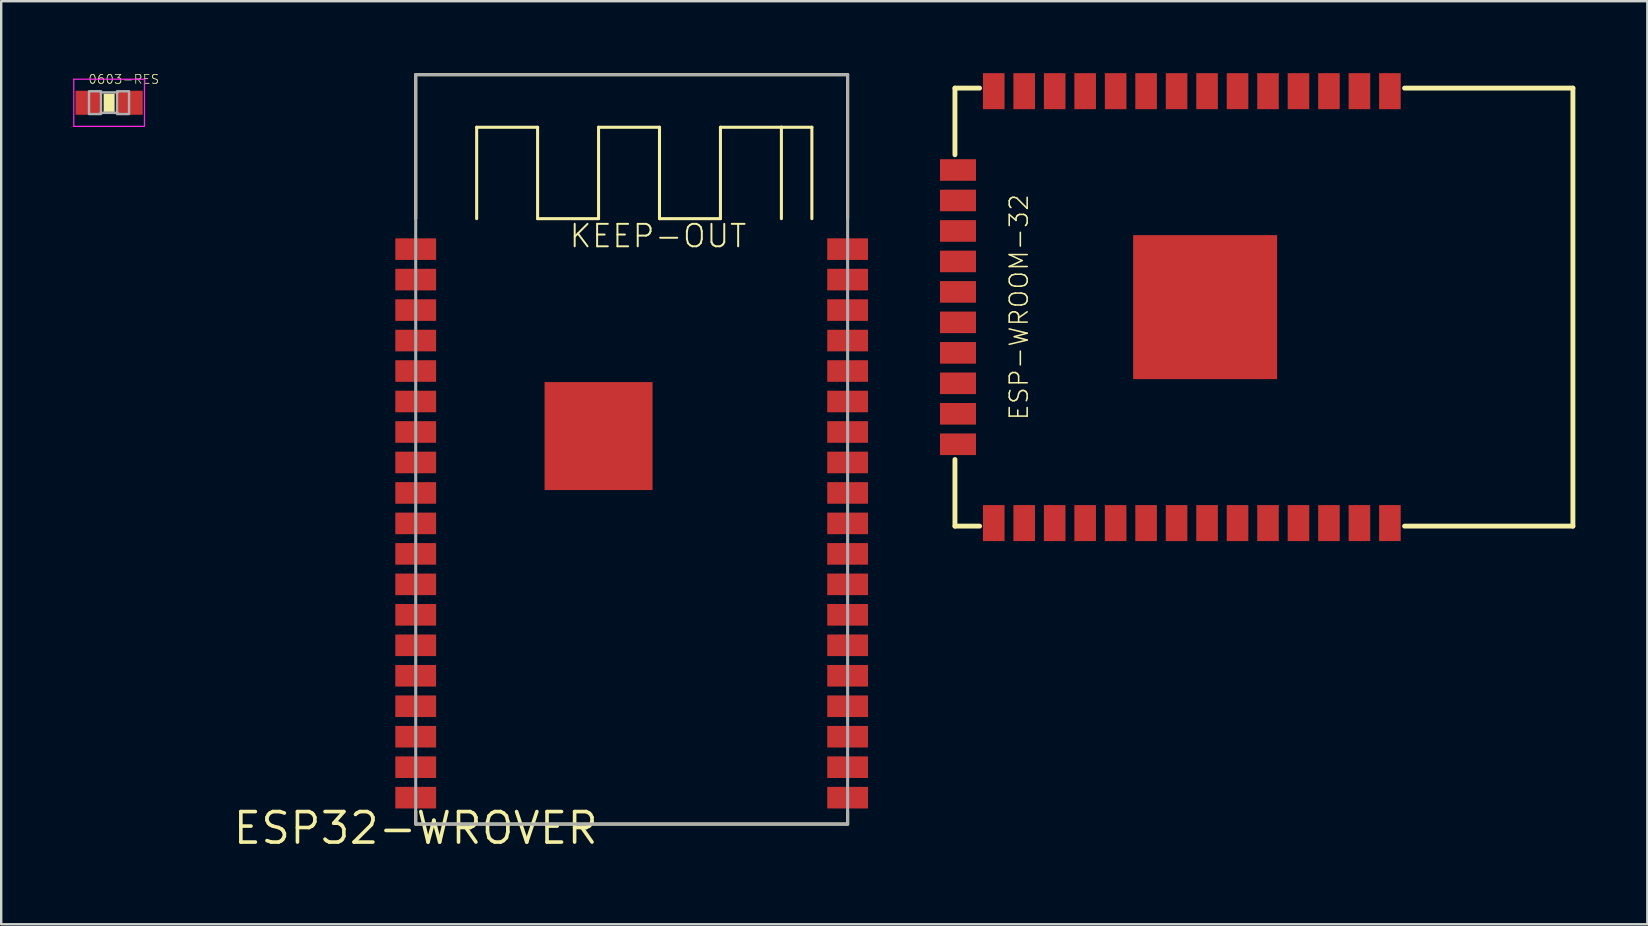
<source format=kicad_pcb>
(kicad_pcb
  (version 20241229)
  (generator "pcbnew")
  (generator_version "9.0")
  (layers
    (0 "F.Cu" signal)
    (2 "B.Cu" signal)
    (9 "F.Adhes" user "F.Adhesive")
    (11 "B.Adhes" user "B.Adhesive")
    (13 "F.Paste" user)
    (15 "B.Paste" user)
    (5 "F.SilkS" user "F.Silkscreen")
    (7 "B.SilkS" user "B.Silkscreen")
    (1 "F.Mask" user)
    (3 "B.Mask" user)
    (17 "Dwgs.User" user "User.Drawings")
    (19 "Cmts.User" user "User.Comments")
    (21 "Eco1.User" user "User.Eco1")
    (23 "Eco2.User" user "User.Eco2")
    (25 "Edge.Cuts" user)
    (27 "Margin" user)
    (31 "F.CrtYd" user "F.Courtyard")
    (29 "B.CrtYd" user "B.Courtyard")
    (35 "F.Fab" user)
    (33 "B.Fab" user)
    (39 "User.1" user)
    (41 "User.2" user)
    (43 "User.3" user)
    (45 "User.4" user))
  (footprint "ESP-WROOM-32"
    (layer "F.Cu")
    (at 47.175 9.75)
    (property "Reference" "ESP-WROOM-32" (at -7.76 0 90) (layer "F.SilkS") (effects (font (size 0.748 0.748) (thickness 0.065))))
    (fp_line (start -10.427 -9.127) (end -9.4 -9.127) (stroke (width 0.203) (type solid)) (layer "F.SilkS"))
    (fp_line (start -10.427 -6.35) (end -10.427 -9.127) (stroke (width 0.203) (type solid)) (layer "F.SilkS"))
    (fp_line (start -10.427 6.35) (end -10.427 9.127) (stroke (width 0.203) (type solid)) (layer "F.SilkS"))
    (fp_line (start -10.427 9.127) (end -9.4 9.127) (stroke (width 0.203) (type solid)) (layer "F.SilkS"))
    (fp_line (start 8.311 -9.127) (end 15.327 -9.127) (stroke (width 0.203) (type solid)) (layer "F.SilkS"))
    (fp_line (start 8.311 9.127) (end 15.327 9.127) (stroke (width 0.203) (type solid)) (layer "F.SilkS"))
    (fp_line (start 15.327 -9.127) (end 15.327 9.127) (stroke (width 0.203) (type solid)) (layer "F.SilkS"))
    (pad "1" smd rect (at 7.7 -9) (size 0.9 1.5) (layers "F.Cu" "F.Mask" "F.Paste"))
    (pad "2" smd rect (at 6.43 -9) (size 0.9 1.5) (layers "F.Cu" "F.Mask" "F.Paste"))
    (pad "3" smd rect (at 5.16 -9) (size 0.9 1.5) (layers "F.Cu" "F.Mask" "F.Paste"))
    (pad "4" smd rect (at 3.89 -9) (size 0.9 1.5) (layers "F.Cu" "F.Mask" "F.Paste"))
    (pad "5" smd rect (at 2.62 -9) (size 0.9 1.5) (layers "F.Cu" "F.Mask" "F.Paste"))
    (pad "6" smd rect (at 1.35 -9) (size 0.9 1.5) (layers "F.Cu" "F.Mask" "F.Paste"))
    (pad "7" smd rect (at 0.08 -9) (size 0.9 1.5) (layers "F.Cu" "F.Mask" "F.Paste"))
    (pad "8" smd rect (at -1.19 -9) (size 0.9 1.5) (layers "F.Cu" "F.Mask" "F.Paste"))
    (pad "9" smd rect (at -2.46 -9) (size 0.9 1.5) (layers "F.Cu" "F.Mask" "F.Paste"))
    (pad "10" smd rect (at -3.73 -9) (size 0.9 1.5) (layers "F.Cu" "F.Mask" "F.Paste"))
    (pad "11" smd rect (at -5 -9) (size 0.9 1.5) (layers "F.Cu" "F.Mask" "F.Paste"))
    (pad "12" smd rect (at -6.27 -9) (size 0.9 1.5) (layers "F.Cu" "F.Mask" "F.Paste"))
    (pad "13" smd rect (at -7.54 -9) (size 0.9 1.5) (layers "F.Cu" "F.Mask" "F.Paste"))
    (pad "14" smd rect (at -8.81 -9) (size 0.9 1.5) (layers "F.Cu" "F.Mask" "F.Paste"))
    (pad "15" smd rect (at -10.3 -5.715 90) (size 0.9 1.5) (layers "F.Cu" "F.Mask" "F.Paste"))
    (pad "16" smd rect (at -10.3 -4.445 90) (size 0.9 1.5) (layers "F.Cu" "F.Mask" "F.Paste"))
    (pad "17" smd rect (at -10.3 -3.175 90) (size 0.9 1.5) (layers "F.Cu" "F.Mask" "F.Paste"))
    (pad "18" smd rect (at -10.3 -1.905 90) (size 0.9 1.5) (layers "F.Cu" "F.Mask" "F.Paste"))
    (pad "19" smd rect (at -10.3 -0.635 90) (size 0.9 1.5) (layers "F.Cu" "F.Mask" "F.Paste"))
    (pad "20" smd rect (at -10.3 0.635 90) (size 0.9 1.5) (layers "F.Cu" "F.Mask" "F.Paste"))
    (pad "21" smd rect (at -10.3 1.905 90) (size 0.9 1.5) (layers "F.Cu" "F.Mask" "F.Paste"))
    (pad "22" smd rect (at -10.3 3.175 90) (size 0.9 1.5) (layers "F.Cu" "F.Mask" "F.Paste"))
    (pad "23" smd rect (at -10.3 4.445 90) (size 0.9 1.5) (layers "F.Cu" "F.Mask" "F.Paste"))
    (pad "24" smd rect (at -10.3 5.715 90) (size 0.9 1.5) (layers "F.Cu" "F.Mask" "F.Paste"))
    (pad "25" smd rect (at -8.81 9) (size 0.9 1.5) (layers "F.Cu" "F.Mask" "F.Paste"))
    (pad "26" smd rect (at -7.54 9) (size 0.9 1.5) (layers "F.Cu" "F.Mask" "F.Paste"))
    (pad "27" smd rect (at -6.27 9) (size 0.9 1.5) (layers "F.Cu" "F.Mask" "F.Paste"))
    (pad "28" smd rect (at -5 9) (size 0.9 1.5) (layers "F.Cu" "F.Mask" "F.Paste"))
    (pad "29" smd rect (at -3.73 9) (size 0.9 1.5) (layers "F.Cu" "F.Mask" "F.Paste"))
    (pad "30" smd rect (at -2.46 9) (size 0.9 1.5) (layers "F.Cu" "F.Mask" "F.Paste"))
    (pad "31" smd rect (at -1.19 9) (size 0.9 1.5) (layers "F.Cu" "F.Mask" "F.Paste"))
    (pad "32" smd rect (at 0.08 9) (size 0.9 1.5) (layers "F.Cu" "F.Mask" "F.Paste"))
    (pad "33" smd rect (at 1.35 9) (size 0.9 1.5) (layers "F.Cu" "F.Mask" "F.Paste"))
    (pad "34" smd rect (at 2.62 9) (size 0.9 1.5) (layers "F.Cu" "F.Mask" "F.Paste"))
    (pad "35" smd rect (at 3.89 9) (size 0.9 1.5) (layers "F.Cu" "F.Mask" "F.Paste"))
    (pad "36" smd rect (at 5.16 9) (size 0.9 1.5) (layers "F.Cu" "F.Mask" "F.Paste"))
    (pad "37" smd rect (at 6.43 9) (size 0.9 1.5) (layers "F.Cu" "F.Mask" "F.Paste"))
    (pad "38" smd rect (at 7.7 9) (size 0.9 1.5) (layers "F.Cu" "F.Mask" "F.Paste"))
    (pad "GND" smd rect (at 0 0) (size 6 6) (layers "F.Cu" "F.Mask" "F.Paste")))
  (footprint "0603-RES"
    (layer "F.Cu")
    (at 1.498 1.233)
    (property "Reference" "0603-RES" (at -0.889 -0.762 0) (layer "F.SilkS") (effects (font (size 0.374 0.374) (thickness 0.033)) (justify left bottom)))
    (fp_poly (pts (xy -0.229 0.381) (xy 0.229 0.381) (xy 0.229 -0.381) (xy -0.229 -0.381)) (stroke (width 0) (type solid)) (fill yes) (layer "F.SilkS"))
    (fp_poly (pts (xy -0.2 0.3) (xy 0.2 0.3) (xy 0.2 -0.3) (xy -0.2 -0.3)) (stroke (width 0) (type solid)) (fill yes) (layer "F.Adhes"))
    (fp_line (start -1.473 -0.983) (end 1.473 -0.983) (stroke (width 0.051) (type solid)) (layer "F.CrtYd"))
    (fp_line (start -1.473 0.983) (end -1.473 -0.983) (stroke (width 0.051) (type solid)) (layer "F.CrtYd"))
    (fp_line (start 1.473 -0.983) (end 1.473 0.983) (stroke (width 0.051) (type solid)) (layer "F.CrtYd"))
    (fp_line (start 1.473 0.983) (end -1.473 0.983) (stroke (width 0.051) (type solid)) (layer "F.CrtYd"))
    (fp_line (start -0.356 -0.432) (end 0.356 -0.432) (stroke (width 0.102) (type solid)) (layer "F.Fab"))
    (fp_line (start -0.356 0.419) (end 0.356 0.419) (stroke (width 0.102) (type solid)) (layer "F.Fab"))
    (fp_poly (pts (xy -0.838 0.47) (xy -0.338 0.47) (xy -0.338 -0.48) (xy -0.838 -0.48)) (stroke (width 0.1) (type solid)) (fill no) (layer "F.Fab"))
    (fp_poly (pts (xy 0.33 0.47) (xy 0.83 0.47) (xy 0.83 -0.48) (xy 0.33 -0.48)) (stroke (width 0.1) (type solid)) (fill no) (layer "F.Fab"))
    (pad "1" smd rect (at -0.85 0) (size 1.1 1) (layers "F.Cu" "F.Mask" "F.Paste"))
    (pad "2" smd rect (at 0.85 0) (size 1.1 1) (layers "F.Cu" "F.Mask" "F.Paste")))
  (footprint "ESP32-WROVER"
    (layer "F.Cu")
    (at 14.275 31.463)
    (property "Reference" "ESP32-WROVER" (at 0 0 0) (layer "F.SilkS") (effects (font (size 1.27 1.27) (thickness 0.15))))
    (fp_line (start 0 -31.4) (end 18 -31.4) (stroke (width 0.127) (type solid)) (layer "F.SilkS"))
    (fp_line (start 0 -25.4) (end 0 -31.4) (stroke (width 0.127) (type solid)) (layer "F.SilkS"))
    (fp_line (start 0 -0.17) (end 0 -0.7) (stroke (width 0.127) (type solid)) (layer "F.SilkS"))
    (fp_line (start 0 -0.17) (end 18 -0.17) (stroke (width 0.127) (type solid)) (layer "F.SilkS"))
    (fp_line (start 2.54 -29.21) (end 5.08 -29.21) (stroke (width 0.127) (type solid)) (layer "F.SilkS"))
    (fp_line (start 2.54 -25.4) (end 2.54 -29.21) (stroke (width 0.127) (type solid)) (layer "F.SilkS"))
    (fp_line (start 5.08 -29.21) (end 5.08 -25.4) (stroke (width 0.127) (type solid)) (layer "F.SilkS"))
    (fp_line (start 5.08 -25.4) (end 7.62 -25.4) (stroke (width 0.127) (type solid)) (layer "F.SilkS"))
    (fp_line (start 7.62 -29.21) (end 10.16 -29.21) (stroke (width 0.127) (type solid)) (layer "F.SilkS"))
    (fp_line (start 7.62 -25.4) (end 7.62 -29.21) (stroke (width 0.127) (type solid)) (layer "F.SilkS"))
    (fp_line (start 10.16 -29.21) (end 10.16 -25.4) (stroke (width 0.127) (type solid)) (layer "F.SilkS"))
    (fp_line (start 10.16 -25.4) (end 12.7 -25.4) (stroke (width 0.127) (type solid)) (layer "F.SilkS"))
    (fp_line (start 12.7 -29.21) (end 15.24 -29.21) (stroke (width 0.127) (type solid)) (layer "F.SilkS"))
    (fp_line (start 12.7 -25.4) (end 12.7 -29.21) (stroke (width 0.127) (type solid)) (layer "F.SilkS"))
    (fp_line (start 15.24 -29.21) (end 15.24 -25.4) (stroke (width 0.127) (type solid)) (layer "F.SilkS"))
    (fp_line (start 15.24 -29.21) (end 16.51 -29.21) (stroke (width 0.127) (type solid)) (layer "F.SilkS"))
    (fp_line (start 16.51 -29.21) (end 16.51 -25.4) (stroke (width 0.127) (type solid)) (layer "F.SilkS"))
    (fp_line (start 18 -31.4) (end 18 -25.4) (stroke (width 0.127) (type solid)) (layer "F.SilkS"))
    (fp_line (start 18 -0.17) (end 18 -0.7) (stroke (width 0.127) (type solid)) (layer "F.SilkS"))
    (fp_line (start 0 -31.4) (end 0 -0.17) (stroke (width 0.127) (type solid)) (layer "F.Fab"))
    (fp_line (start 0 -0.17) (end 18 -0.17) (stroke (width 0.127) (type solid)) (layer "F.Fab"))
    (fp_line (start 18 -31.4) (end 0 -31.4) (stroke (width 0.127) (type solid)) (layer "F.Fab"))
    (fp_line (start 18 -0.17) (end 18 -31.4) (stroke (width 0.127) (type solid)) (layer "F.Fab"))
    (fp_text user "KEEP-OUT" (at 6.35 -24.13 0) (layer "F.SilkS") (effects (font (size 0.935 0.935) (thickness 0.081)) (justify left bottom)))
    (pad "CLK" smd rect (at 18 -1.27 90) (size 0.9 1.7) (layers "F.Cu" "F.Mask" "F.Paste"))
    (pad "CMD" smd rect (at 0 -1.27 90) (size 0.9 1.7) (layers "F.Cu" "F.Mask" "F.Paste"))
    (pad "EN" smd rect (at 0 -21.59 90) (size 0.9 1.7) (layers "F.Cu" "F.Mask" "F.Paste"))
    (pad "GND" smd rect (at 0 -24.13 90) (size 0.9 1.7) (layers "F.Cu" "F.Mask" "F.Paste"))
    (pad "GND2" smd rect (at 7.62 -16.34) (size 4.5 4.5) (layers "F.Cu" "F.Mask" "F.Paste"))
    (pad "GND3" smd rect (at 18 -24.13 90) (size 0.9 1.7) (layers "F.Cu" "F.Mask" "F.Paste"))
    (pad "GND_2" smd rect (at 0 -6.35 90) (size 0.9 1.7) (layers "F.Cu" "F.Mask" "F.Paste"))
    (pad "IO0" smd rect (at 18 -7.62 90) (size 0.9 1.7) (layers "F.Cu" "F.Mask" "F.Paste"))
    (pad "IO2" smd rect (at 18 -6.35 90) (size 0.9 1.7) (layers "F.Cu" "F.Mask" "F.Paste"))
    (pad "IO4" smd rect (at 18 -8.89 90) (size 0.9 1.7) (layers "F.Cu" "F.Mask" "F.Paste"))
    (pad "IO5" smd rect (at 18 -12.7 90) (size 0.9 1.7) (layers "F.Cu" "F.Mask" "F.Paste"))
    (pad "IO12" smd rect (at 0 -7.62 90) (size 0.9 1.7) (layers "F.Cu" "F.Mask" "F.Paste"))
    (pad "IO13" smd rect (at 0 -5.08 90) (size 0.9 1.7) (layers "F.Cu" "F.Mask" "F.Paste"))
    (pad "IO14" smd rect (at 0 -8.89 90) (size 0.9 1.7) (layers "F.Cu" "F.Mask" "F.Paste"))
    (pad "IO15" smd rect (at 18 -5.08 90) (size 0.9 1.7) (layers "F.Cu" "F.Mask" "F.Paste"))
    (pad "IO18" smd rect (at 18 -13.97 90) (size 0.9 1.7) (layers "F.Cu" "F.Mask" "F.Paste"))
    (pad "IO19" smd rect (at 18 -15.24 90) (size 0.9 1.7) (layers "F.Cu" "F.Mask" "F.Paste"))
    (pad "IO21" smd rect (at 18 -17.78 90) (size 0.9 1.7) (layers "F.Cu" "F.Mask" "F.Paste"))
    (pad "IO22" smd rect (at 18 -21.59 90) (size 0.9 1.7) (layers "F.Cu" "F.Mask" "F.Paste"))
    (pad "IO23" smd rect (at 18 -22.86 90) (size 0.9 1.7) (layers "F.Cu" "F.Mask" "F.Paste"))
    (pad "IO25" smd rect (at 0 -12.7 90) (size 0.9 1.7) (layers "F.Cu" "F.Mask" "F.Paste"))
    (pad "IO26" smd rect (at 0 -11.43 90) (size 0.9 1.7) (layers "F.Cu" "F.Mask" "F.Paste"))
    (pad "IO27" smd rect (at 0 -10.16 90) (size 0.9 1.7) (layers "F.Cu" "F.Mask" "F.Paste"))
    (pad "IO32" smd rect (at 0 -15.24 90) (size 0.9 1.7) (layers "F.Cu" "F.Mask" "F.Paste"))
    (pad "IO33" smd rect (at 0 -13.97 90) (size 0.9 1.7) (layers "F.Cu" "F.Mask" "F.Paste"))
    (pad "IO34" smd rect (at 0 -17.78 90) (size 0.9 1.7) (layers "F.Cu" "F.Mask" "F.Paste"))
    (pad "IO35" smd rect (at 0 -16.51 90) (size 0.9 1.7) (layers "F.Cu" "F.Mask" "F.Paste"))
    (pad "NC0" smd rect (at 18 -16.51 90) (size 0.9 1.7) (layers "F.Cu" "F.Mask" "F.Paste"))
    (pad "NC1" smd rect (at 18 -10.16 90) (size 0.9 1.7) (layers "F.Cu" "F.Mask" "F.Paste"))
    (pad "NC2" smd rect (at 18 -11.43 90) (size 0.9 1.7) (layers "F.Cu" "F.Mask" "F.Paste"))
    (pad "RXD0" smd rect (at 18 -19.05 90) (size 0.9 1.7) (layers "F.Cu" "F.Mask" "F.Paste"))
    (pad "SD0" smd rect (at 18 -2.54 90) (size 0.9 1.7) (layers "F.Cu" "F.Mask" "F.Paste"))
    (pad "SD1" smd rect (at 18 -3.81 90) (size 0.9 1.7) (layers "F.Cu" "F.Mask" "F.Paste"))
    (pad "SD2" smd rect (at 0 -3.81 90) (size 0.9 1.7) (layers "F.Cu" "F.Mask" "F.Paste"))
    (pad "SD3" smd rect (at 0 -2.54 90) (size 0.9 1.7) (layers "F.Cu" "F.Mask" "F.Paste"))
    (pad "SENSOR_VN" smd rect (at 0 -19.05 90) (size 0.9 1.7) (layers "F.Cu" "F.Mask" "F.Paste"))
    (pad "SENSOR_VP" smd rect (at 0 -20.32 90) (size 0.9 1.7) (layers "F.Cu" "F.Mask" "F.Paste"))
    (pad "TXD0" smd rect (at 18 -20.32 90) (size 0.9 1.7) (layers "F.Cu" "F.Mask" "F.Paste"))
    (pad "VDD33" smd rect (at 0 -22.86 90) (size 0.9 1.7) (layers "F.Cu" "F.Mask" "F.Paste")))
  (gr_rect
    (start -3 -3)
    (end 65.604 35.47)
    (stroke (width 0.1) (type default))
    (fill no)
    (layer "Edge.Cuts")))
</source>
